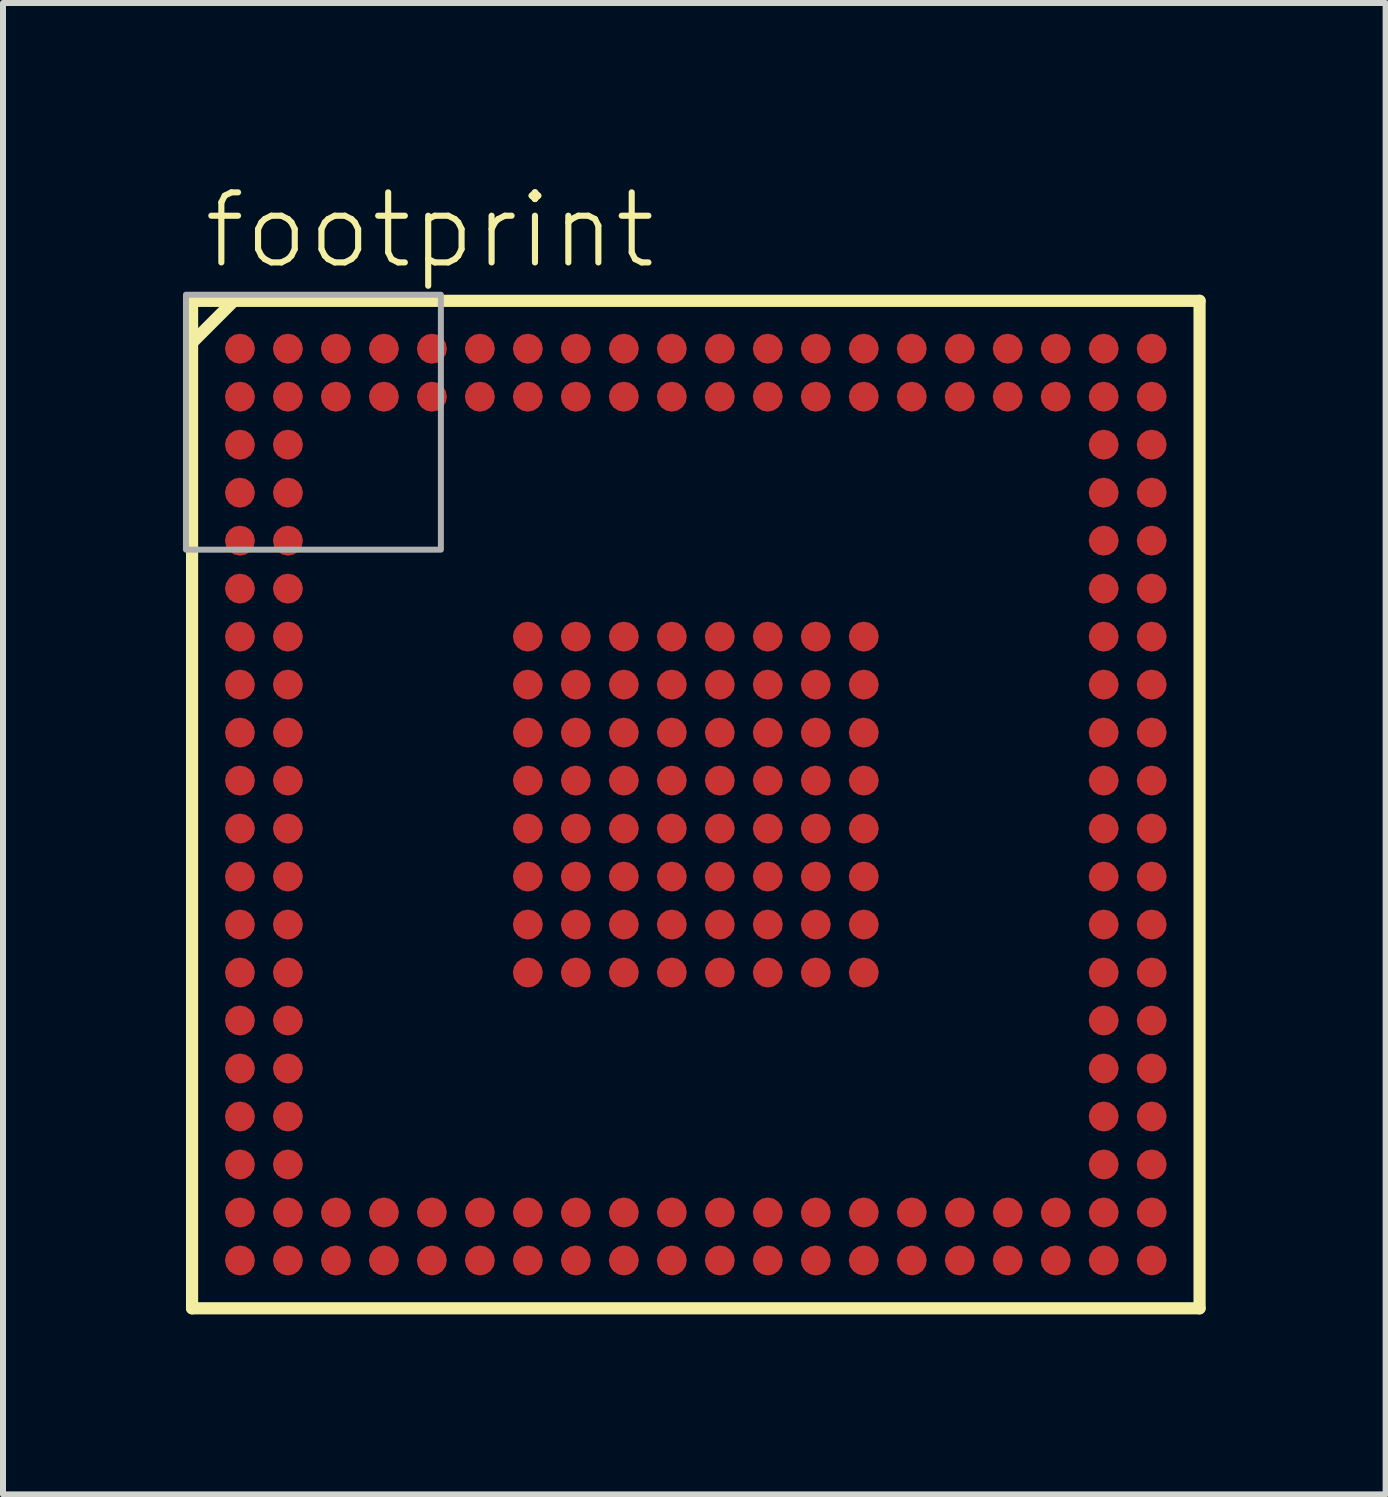
<source format=kicad_pcb>
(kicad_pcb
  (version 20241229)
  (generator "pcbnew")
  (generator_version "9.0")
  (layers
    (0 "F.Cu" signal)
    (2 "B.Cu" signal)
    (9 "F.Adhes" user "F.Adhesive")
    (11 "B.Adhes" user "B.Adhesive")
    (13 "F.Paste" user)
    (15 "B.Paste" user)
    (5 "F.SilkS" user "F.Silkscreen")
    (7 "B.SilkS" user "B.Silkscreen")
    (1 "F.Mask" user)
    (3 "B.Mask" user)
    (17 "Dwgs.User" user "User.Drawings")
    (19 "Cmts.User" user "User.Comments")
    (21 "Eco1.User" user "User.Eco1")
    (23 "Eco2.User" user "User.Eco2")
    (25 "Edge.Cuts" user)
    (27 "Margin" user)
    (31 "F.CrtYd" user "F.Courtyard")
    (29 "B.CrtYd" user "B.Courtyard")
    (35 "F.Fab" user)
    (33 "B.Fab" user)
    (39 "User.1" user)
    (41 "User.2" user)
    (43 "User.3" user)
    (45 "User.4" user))
  (footprint "footprint"
    (layer "F.Cu")
    (at 8.55 10.363)
    (property "Reference" "footprint" (at -8.255 -8.89 0) (layer "F.SilkS") (effects (font (size 1.168 1.168) (thickness 0.102)) (justify left bottom)))
    (fp_circle (center -7.6 -7.6) (end -7.475 -7.6) (stroke (width 0.25) (type solid)) (fill yes) (layer "F.Mask"))
    (fp_circle (center -7.6 -6.8) (end -7.475 -6.8) (stroke (width 0.25) (type solid)) (fill yes) (layer "F.Mask"))
    (fp_circle (center -7.6 -6) (end -7.475 -6) (stroke (width 0.25) (type solid)) (fill yes) (layer "F.Mask"))
    (fp_circle (center -7.6 -5.2) (end -7.475 -5.2) (stroke (width 0.25) (type solid)) (fill yes) (layer "F.Mask"))
    (fp_circle (center -7.6 -4.4) (end -7.475 -4.4) (stroke (width 0.25) (type solid)) (fill yes) (layer "F.Mask"))
    (fp_circle (center -7.6 -3.6) (end -7.475 -3.6) (stroke (width 0.25) (type solid)) (fill yes) (layer "F.Mask"))
    (fp_circle (center -7.6 -2.8) (end -7.475 -2.8) (stroke (width 0.25) (type solid)) (fill yes) (layer "F.Mask"))
    (fp_circle (center -7.6 -2) (end -7.475 -2) (stroke (width 0.25) (type solid)) (fill yes) (layer "F.Mask"))
    (fp_circle (center -7.6 -1.2) (end -7.475 -1.2) (stroke (width 0.25) (type solid)) (fill yes) (layer "F.Mask"))
    (fp_circle (center -7.6 -0.4) (end -7.475 -0.4) (stroke (width 0.25) (type solid)) (fill yes) (layer "F.Mask"))
    (fp_circle (center -7.6 0.4) (end -7.475 0.4) (stroke (width 0.25) (type solid)) (fill yes) (layer "F.Mask"))
    (fp_circle (center -7.6 1.2) (end -7.475 1.2) (stroke (width 0.25) (type solid)) (fill yes) (layer "F.Mask"))
    (fp_circle (center -7.6 2) (end -7.475 2) (stroke (width 0.25) (type solid)) (fill yes) (layer "F.Mask"))
    (fp_circle (center -7.6 2.8) (end -7.475 2.8) (stroke (width 0.25) (type solid)) (fill yes) (layer "F.Mask"))
    (fp_circle (center -7.6 3.6) (end -7.475 3.6) (stroke (width 0.25) (type solid)) (fill yes) (layer "F.Mask"))
    (fp_circle (center -7.6 4.4) (end -7.475 4.4) (stroke (width 0.25) (type solid)) (fill yes) (layer "F.Mask"))
    (fp_circle (center -7.6 5.2) (end -7.475 5.2) (stroke (width 0.25) (type solid)) (fill yes) (layer "F.Mask"))
    (fp_circle (center -7.6 6) (end -7.475 6) (stroke (width 0.25) (type solid)) (fill yes) (layer "F.Mask"))
    (fp_circle (center -7.6 6.8) (end -7.475 6.8) (stroke (width 0.25) (type solid)) (fill yes) (layer "F.Mask"))
    (fp_circle (center -7.6 7.6) (end -7.475 7.6) (stroke (width 0.25) (type solid)) (fill yes) (layer "F.Mask"))
    (fp_circle (center -6.8 -7.6) (end -6.675 -7.6) (stroke (width 0.25) (type solid)) (fill yes) (layer "F.Mask"))
    (fp_circle (center -6.8 -6.8) (end -6.675 -6.8) (stroke (width 0.25) (type solid)) (fill yes) (layer "F.Mask"))
    (fp_circle (center -6.8 -6) (end -6.675 -6) (stroke (width 0.25) (type solid)) (fill yes) (layer "F.Mask"))
    (fp_circle (center -6.8 -5.2) (end -6.675 -5.2) (stroke (width 0.25) (type solid)) (fill yes) (layer "F.Mask"))
    (fp_circle (center -6.8 -4.4) (end -6.675 -4.4) (stroke (width 0.25) (type solid)) (fill yes) (layer "F.Mask"))
    (fp_circle (center -6.8 -3.6) (end -6.675 -3.6) (stroke (width 0.25) (type solid)) (fill yes) (layer "F.Mask"))
    (fp_circle (center -6.8 -2.8) (end -6.675 -2.8) (stroke (width 0.25) (type solid)) (fill yes) (layer "F.Mask"))
    (fp_circle (center -6.8 -2) (end -6.675 -2) (stroke (width 0.25) (type solid)) (fill yes) (layer "F.Mask"))
    (fp_circle (center -6.8 -1.2) (end -6.675 -1.2) (stroke (width 0.25) (type solid)) (fill yes) (layer "F.Mask"))
    (fp_circle (center -6.8 -0.4) (end -6.675 -0.4) (stroke (width 0.25) (type solid)) (fill yes) (layer "F.Mask"))
    (fp_circle (center -6.8 0.4) (end -6.675 0.4) (stroke (width 0.25) (type solid)) (fill yes) (layer "F.Mask"))
    (fp_circle (center -6.8 1.2) (end -6.675 1.2) (stroke (width 0.25) (type solid)) (fill yes) (layer "F.Mask"))
    (fp_circle (center -6.8 2) (end -6.675 2) (stroke (width 0.25) (type solid)) (fill yes) (layer "F.Mask"))
    (fp_circle (center -6.8 2.8) (end -6.675 2.8) (stroke (width 0.25) (type solid)) (fill yes) (layer "F.Mask"))
    (fp_circle (center -6.8 3.6) (end -6.675 3.6) (stroke (width 0.25) (type solid)) (fill yes) (layer "F.Mask"))
    (fp_circle (center -6.8 4.4) (end -6.675 4.4) (stroke (width 0.25) (type solid)) (fill yes) (layer "F.Mask"))
    (fp_circle (center -6.8 5.2) (end -6.675 5.2) (stroke (width 0.25) (type solid)) (fill yes) (layer "F.Mask"))
    (fp_circle (center -6.8 6) (end -6.675 6) (stroke (width 0.25) (type solid)) (fill yes) (layer "F.Mask"))
    (fp_circle (center -6.8 6.8) (end -6.675 6.8) (stroke (width 0.25) (type solid)) (fill yes) (layer "F.Mask"))
    (fp_circle (center -6.8 7.6) (end -6.675 7.6) (stroke (width 0.25) (type solid)) (fill yes) (layer "F.Mask"))
    (fp_circle (center -6 -7.6) (end -5.875 -7.6) (stroke (width 0.25) (type solid)) (fill yes) (layer "F.Mask"))
    (fp_circle (center -6 -6.8) (end -5.875 -6.8) (stroke (width 0.25) (type solid)) (fill yes) (layer "F.Mask"))
    (fp_circle (center -6 6.8) (end -5.875 6.8) (stroke (width 0.25) (type solid)) (fill yes) (layer "F.Mask"))
    (fp_circle (center -6 7.6) (end -5.875 7.6) (stroke (width 0.25) (type solid)) (fill yes) (layer "F.Mask"))
    (fp_circle (center -5.2 -7.6) (end -5.075 -7.6) (stroke (width 0.25) (type solid)) (fill yes) (layer "F.Mask"))
    (fp_circle (center -5.2 -6.8) (end -5.075 -6.8) (stroke (width 0.25) (type solid)) (fill yes) (layer "F.Mask"))
    (fp_circle (center -5.2 6.8) (end -5.075 6.8) (stroke (width 0.25) (type solid)) (fill yes) (layer "F.Mask"))
    (fp_circle (center -5.2 7.6) (end -5.075 7.6) (stroke (width 0.25) (type solid)) (fill yes) (layer "F.Mask"))
    (fp_circle (center -4.4 -7.6) (end -4.275 -7.6) (stroke (width 0.25) (type solid)) (fill yes) (layer "F.Mask"))
    (fp_circle (center -4.4 -6.8) (end -4.275 -6.8) (stroke (width 0.25) (type solid)) (fill yes) (layer "F.Mask"))
    (fp_circle (center -4.4 6.8) (end -4.275 6.8) (stroke (width 0.25) (type solid)) (fill yes) (layer "F.Mask"))
    (fp_circle (center -4.4 7.6) (end -4.275 7.6) (stroke (width 0.25) (type solid)) (fill yes) (layer "F.Mask"))
    (fp_circle (center -3.6 -7.6) (end -3.475 -7.6) (stroke (width 0.25) (type solid)) (fill yes) (layer "F.Mask"))
    (fp_circle (center -3.6 -6.8) (end -3.475 -6.8) (stroke (width 0.25) (type solid)) (fill yes) (layer "F.Mask"))
    (fp_circle (center -3.6 6.8) (end -3.475 6.8) (stroke (width 0.25) (type solid)) (fill yes) (layer "F.Mask"))
    (fp_circle (center -3.6 7.6) (end -3.475 7.6) (stroke (width 0.25) (type solid)) (fill yes) (layer "F.Mask"))
    (fp_circle (center -2.8 -7.6) (end -2.675 -7.6) (stroke (width 0.25) (type solid)) (fill yes) (layer "F.Mask"))
    (fp_circle (center -2.8 -6.8) (end -2.675 -6.8) (stroke (width 0.25) (type solid)) (fill yes) (layer "F.Mask"))
    (fp_circle (center -2.8 -2.8) (end -2.675 -2.8) (stroke (width 0.25) (type solid)) (fill yes) (layer "F.Mask"))
    (fp_circle (center -2.8 -2) (end -2.675 -2) (stroke (width 0.25) (type solid)) (fill yes) (layer "F.Mask"))
    (fp_circle (center -2.8 -1.2) (end -2.675 -1.2) (stroke (width 0.25) (type solid)) (fill yes) (layer "F.Mask"))
    (fp_circle (center -2.8 -0.4) (end -2.675 -0.4) (stroke (width 0.25) (type solid)) (fill yes) (layer "F.Mask"))
    (fp_circle (center -2.8 0.4) (end -2.675 0.4) (stroke (width 0.25) (type solid)) (fill yes) (layer "F.Mask"))
    (fp_circle (center -2.8 1.2) (end -2.675 1.2) (stroke (width 0.25) (type solid)) (fill yes) (layer "F.Mask"))
    (fp_circle (center -2.8 2) (end -2.675 2) (stroke (width 0.25) (type solid)) (fill yes) (layer "F.Mask"))
    (fp_circle (center -2.8 2.8) (end -2.675 2.8) (stroke (width 0.25) (type solid)) (fill yes) (layer "F.Mask"))
    (fp_circle (center -2.8 6.8) (end -2.675 6.8) (stroke (width 0.25) (type solid)) (fill yes) (layer "F.Mask"))
    (fp_circle (center -2.8 7.6) (end -2.675 7.6) (stroke (width 0.25) (type solid)) (fill yes) (layer "F.Mask"))
    (fp_circle (center -2 -7.6) (end -1.875 -7.6) (stroke (width 0.25) (type solid)) (fill yes) (layer "F.Mask"))
    (fp_circle (center -2 -6.8) (end -1.875 -6.8) (stroke (width 0.25) (type solid)) (fill yes) (layer "F.Mask"))
    (fp_circle (center -2 -2.8) (end -1.875 -2.8) (stroke (width 0.25) (type solid)) (fill yes) (layer "F.Mask"))
    (fp_circle (center -2 -2) (end -1.875 -2) (stroke (width 0.25) (type solid)) (fill yes) (layer "F.Mask"))
    (fp_circle (center -2 -1.2) (end -1.875 -1.2) (stroke (width 0.25) (type solid)) (fill yes) (layer "F.Mask"))
    (fp_circle (center -2 -0.4) (end -1.875 -0.4) (stroke (width 0.25) (type solid)) (fill yes) (layer "F.Mask"))
    (fp_circle (center -2 0.4) (end -1.875 0.4) (stroke (width 0.25) (type solid)) (fill yes) (layer "F.Mask"))
    (fp_circle (center -2 1.2) (end -1.875 1.2) (stroke (width 0.25) (type solid)) (fill yes) (layer "F.Mask"))
    (fp_circle (center -2 2) (end -1.875 2) (stroke (width 0.25) (type solid)) (fill yes) (layer "F.Mask"))
    (fp_circle (center -2 2.8) (end -1.875 2.8) (stroke (width 0.25) (type solid)) (fill yes) (layer "F.Mask"))
    (fp_circle (center -2 6.8) (end -1.875 6.8) (stroke (width 0.25) (type solid)) (fill yes) (layer "F.Mask"))
    (fp_circle (center -2 7.6) (end -1.875 7.6) (stroke (width 0.25) (type solid)) (fill yes) (layer "F.Mask"))
    (fp_circle (center -1.2 -7.6) (end -1.075 -7.6) (stroke (width 0.25) (type solid)) (fill yes) (layer "F.Mask"))
    (fp_circle (center -1.2 -6.8) (end -1.075 -6.8) (stroke (width 0.25) (type solid)) (fill yes) (layer "F.Mask"))
    (fp_circle (center -1.2 -2.8) (end -1.075 -2.8) (stroke (width 0.25) (type solid)) (fill yes) (layer "F.Mask"))
    (fp_circle (center -1.2 -2) (end -1.075 -2) (stroke (width 0.25) (type solid)) (fill yes) (layer "F.Mask"))
    (fp_circle (center -1.2 -1.2) (end -1.075 -1.2) (stroke (width 0.25) (type solid)) (fill yes) (layer "F.Mask"))
    (fp_circle (center -1.2 -0.4) (end -1.075 -0.4) (stroke (width 0.25) (type solid)) (fill yes) (layer "F.Mask"))
    (fp_circle (center -1.2 0.4) (end -1.075 0.4) (stroke (width 0.25) (type solid)) (fill yes) (layer "F.Mask"))
    (fp_circle (center -1.2 1.2) (end -1.075 1.2) (stroke (width 0.25) (type solid)) (fill yes) (layer "F.Mask"))
    (fp_circle (center -1.2 2) (end -1.075 2) (stroke (width 0.25) (type solid)) (fill yes) (layer "F.Mask"))
    (fp_circle (center -1.2 2.8) (end -1.075 2.8) (stroke (width 0.25) (type solid)) (fill yes) (layer "F.Mask"))
    (fp_circle (center -1.2 6.8) (end -1.075 6.8) (stroke (width 0.25) (type solid)) (fill yes) (layer "F.Mask"))
    (fp_circle (center -1.2 7.6) (end -1.075 7.6) (stroke (width 0.25) (type solid)) (fill yes) (layer "F.Mask"))
    (fp_circle (center -0.4 -7.6) (end -0.275 -7.6) (stroke (width 0.25) (type solid)) (fill yes) (layer "F.Mask"))
    (fp_circle (center -0.4 -6.8) (end -0.275 -6.8) (stroke (width 0.25) (type solid)) (fill yes) (layer "F.Mask"))
    (fp_circle (center -0.4 -2.8) (end -0.275 -2.8) (stroke (width 0.25) (type solid)) (fill yes) (layer "F.Mask"))
    (fp_circle (center -0.4 -2) (end -0.275 -2) (stroke (width 0.25) (type solid)) (fill yes) (layer "F.Mask"))
    (fp_circle (center -0.4 -1.2) (end -0.275 -1.2) (stroke (width 0.25) (type solid)) (fill yes) (layer "F.Mask"))
    (fp_circle (center -0.4 -0.4) (end -0.275 -0.4) (stroke (width 0.25) (type solid)) (fill yes) (layer "F.Mask"))
    (fp_circle (center -0.4 0.4) (end -0.275 0.4) (stroke (width 0.25) (type solid)) (fill yes) (layer "F.Mask"))
    (fp_circle (center -0.4 1.2) (end -0.275 1.2) (stroke (width 0.25) (type solid)) (fill yes) (layer "F.Mask"))
    (fp_circle (center -0.4 2) (end -0.275 2) (stroke (width 0.25) (type solid)) (fill yes) (layer "F.Mask"))
    (fp_circle (center -0.4 2.8) (end -0.275 2.8) (stroke (width 0.25) (type solid)) (fill yes) (layer "F.Mask"))
    (fp_circle (center -0.4 6.8) (end -0.275 6.8) (stroke (width 0.25) (type solid)) (fill yes) (layer "F.Mask"))
    (fp_circle (center -0.4 7.6) (end -0.275 7.6) (stroke (width 0.25) (type solid)) (fill yes) (layer "F.Mask"))
    (fp_circle (center 0.4 -7.6) (end 0.525 -7.6) (stroke (width 0.25) (type solid)) (fill yes) (layer "F.Mask"))
    (fp_circle (center 0.4 -6.8) (end 0.525 -6.8) (stroke (width 0.25) (type solid)) (fill yes) (layer "F.Mask"))
    (fp_circle (center 0.4 -2.8) (end 0.525 -2.8) (stroke (width 0.25) (type solid)) (fill yes) (layer "F.Mask"))
    (fp_circle (center 0.4 -2) (end 0.525 -2) (stroke (width 0.25) (type solid)) (fill yes) (layer "F.Mask"))
    (fp_circle (center 0.4 -1.2) (end 0.525 -1.2) (stroke (width 0.25) (type solid)) (fill yes) (layer "F.Mask"))
    (fp_circle (center 0.4 -0.4) (end 0.525 -0.4) (stroke (width 0.25) (type solid)) (fill yes) (layer "F.Mask"))
    (fp_circle (center 0.4 0.4) (end 0.525 0.4) (stroke (width 0.25) (type solid)) (fill yes) (layer "F.Mask"))
    (fp_circle (center 0.4 1.2) (end 0.525 1.2) (stroke (width 0.25) (type solid)) (fill yes) (layer "F.Mask"))
    (fp_circle (center 0.4 2) (end 0.525 2) (stroke (width 0.25) (type solid)) (fill yes) (layer "F.Mask"))
    (fp_circle (center 0.4 2.8) (end 0.525 2.8) (stroke (width 0.25) (type solid)) (fill yes) (layer "F.Mask"))
    (fp_circle (center 0.4 6.8) (end 0.525 6.8) (stroke (width 0.25) (type solid)) (fill yes) (layer "F.Mask"))
    (fp_circle (center 0.4 7.6) (end 0.525 7.6) (stroke (width 0.25) (type solid)) (fill yes) (layer "F.Mask"))
    (fp_circle (center 1.2 -7.6) (end 1.325 -7.6) (stroke (width 0.25) (type solid)) (fill yes) (layer "F.Mask"))
    (fp_circle (center 1.2 -6.8) (end 1.325 -6.8) (stroke (width 0.25) (type solid)) (fill yes) (layer "F.Mask"))
    (fp_circle (center 1.2 -2.8) (end 1.325 -2.8) (stroke (width 0.25) (type solid)) (fill yes) (layer "F.Mask"))
    (fp_circle (center 1.2 -2) (end 1.325 -2) (stroke (width 0.25) (type solid)) (fill yes) (layer "F.Mask"))
    (fp_circle (center 1.2 -1.2) (end 1.325 -1.2) (stroke (width 0.25) (type solid)) (fill yes) (layer "F.Mask"))
    (fp_circle (center 1.2 -0.4) (end 1.325 -0.4) (stroke (width 0.25) (type solid)) (fill yes) (layer "F.Mask"))
    (fp_circle (center 1.2 0.4) (end 1.325 0.4) (stroke (width 0.25) (type solid)) (fill yes) (layer "F.Mask"))
    (fp_circle (center 1.2 1.2) (end 1.325 1.2) (stroke (width 0.25) (type solid)) (fill yes) (layer "F.Mask"))
    (fp_circle (center 1.2 2) (end 1.325 2) (stroke (width 0.25) (type solid)) (fill yes) (layer "F.Mask"))
    (fp_circle (center 1.2 2.8) (end 1.325 2.8) (stroke (width 0.25) (type solid)) (fill yes) (layer "F.Mask"))
    (fp_circle (center 1.2 6.8) (end 1.325 6.8) (stroke (width 0.25) (type solid)) (fill yes) (layer "F.Mask"))
    (fp_circle (center 1.2 7.6) (end 1.325 7.6) (stroke (width 0.25) (type solid)) (fill yes) (layer "F.Mask"))
    (fp_circle (center 2 -7.6) (end 2.125 -7.6) (stroke (width 0.25) (type solid)) (fill yes) (layer "F.Mask"))
    (fp_circle (center 2 -6.8) (end 2.125 -6.8) (stroke (width 0.25) (type solid)) (fill yes) (layer "F.Mask"))
    (fp_circle (center 2 -2.8) (end 2.125 -2.8) (stroke (width 0.25) (type solid)) (fill yes) (layer "F.Mask"))
    (fp_circle (center 2 -2) (end 2.125 -2) (stroke (width 0.25) (type solid)) (fill yes) (layer "F.Mask"))
    (fp_circle (center 2 -1.2) (end 2.125 -1.2) (stroke (width 0.25) (type solid)) (fill yes) (layer "F.Mask"))
    (fp_circle (center 2 -0.4) (end 2.125 -0.4) (stroke (width 0.25) (type solid)) (fill yes) (layer "F.Mask"))
    (fp_circle (center 2 0.4) (end 2.125 0.4) (stroke (width 0.25) (type solid)) (fill yes) (layer "F.Mask"))
    (fp_circle (center 2 1.2) (end 2.125 1.2) (stroke (width 0.25) (type solid)) (fill yes) (layer "F.Mask"))
    (fp_circle (center 2 2) (end 2.125 2) (stroke (width 0.25) (type solid)) (fill yes) (layer "F.Mask"))
    (fp_circle (center 2 2.8) (end 2.125 2.8) (stroke (width 0.25) (type solid)) (fill yes) (layer "F.Mask"))
    (fp_circle (center 2 6.8) (end 2.125 6.8) (stroke (width 0.25) (type solid)) (fill yes) (layer "F.Mask"))
    (fp_circle (center 2 7.6) (end 2.125 7.6) (stroke (width 0.25) (type solid)) (fill yes) (layer "F.Mask"))
    (fp_circle (center 2.8 -7.6) (end 2.925 -7.6) (stroke (width 0.25) (type solid)) (fill yes) (layer "F.Mask"))
    (fp_circle (center 2.8 -6.8) (end 2.925 -6.8) (stroke (width 0.25) (type solid)) (fill yes) (layer "F.Mask"))
    (fp_circle (center 2.8 -2.8) (end 2.925 -2.8) (stroke (width 0.25) (type solid)) (fill yes) (layer "F.Mask"))
    (fp_circle (center 2.8 -2) (end 2.925 -2) (stroke (width 0.25) (type solid)) (fill yes) (layer "F.Mask"))
    (fp_circle (center 2.8 -1.2) (end 2.925 -1.2) (stroke (width 0.25) (type solid)) (fill yes) (layer "F.Mask"))
    (fp_circle (center 2.8 -0.4) (end 2.925 -0.4) (stroke (width 0.25) (type solid)) (fill yes) (layer "F.Mask"))
    (fp_circle (center 2.8 0.4) (end 2.925 0.4) (stroke (width 0.25) (type solid)) (fill yes) (layer "F.Mask"))
    (fp_circle (center 2.8 1.2) (end 2.925 1.2) (stroke (width 0.25) (type solid)) (fill yes) (layer "F.Mask"))
    (fp_circle (center 2.8 2) (end 2.925 2) (stroke (width 0.25) (type solid)) (fill yes) (layer "F.Mask"))
    (fp_circle (center 2.8 2.8) (end 2.925 2.8) (stroke (width 0.25) (type solid)) (fill yes) (layer "F.Mask"))
    (fp_circle (center 2.8 6.8) (end 2.925 6.8) (stroke (width 0.25) (type solid)) (fill yes) (layer "F.Mask"))
    (fp_circle (center 2.8 7.6) (end 2.925 7.6) (stroke (width 0.25) (type solid)) (fill yes) (layer "F.Mask"))
    (fp_circle (center 3.6 -7.6) (end 3.725 -7.6) (stroke (width 0.25) (type solid)) (fill yes) (layer "F.Mask"))
    (fp_circle (center 3.6 -6.8) (end 3.725 -6.8) (stroke (width 0.25) (type solid)) (fill yes) (layer "F.Mask"))
    (fp_circle (center 3.6 6.8) (end 3.725 6.8) (stroke (width 0.25) (type solid)) (fill yes) (layer "F.Mask"))
    (fp_circle (center 3.6 7.6) (end 3.725 7.6) (stroke (width 0.25) (type solid)) (fill yes) (layer "F.Mask"))
    (fp_circle (center 4.4 -7.6) (end 4.525 -7.6) (stroke (width 0.25) (type solid)) (fill yes) (layer "F.Mask"))
    (fp_circle (center 4.4 -6.8) (end 4.525 -6.8) (stroke (width 0.25) (type solid)) (fill yes) (layer "F.Mask"))
    (fp_circle (center 4.4 6.8) (end 4.525 6.8) (stroke (width 0.25) (type solid)) (fill yes) (layer "F.Mask"))
    (fp_circle (center 4.4 7.6) (end 4.525 7.6) (stroke (width 0.25) (type solid)) (fill yes) (layer "F.Mask"))
    (fp_circle (center 5.2 -7.6) (end 5.325 -7.6) (stroke (width 0.25) (type solid)) (fill yes) (layer "F.Mask"))
    (fp_circle (center 5.2 -6.8) (end 5.325 -6.8) (stroke (width 0.25) (type solid)) (fill yes) (layer "F.Mask"))
    (fp_circle (center 5.2 6.8) (end 5.325 6.8) (stroke (width 0.25) (type solid)) (fill yes) (layer "F.Mask"))
    (fp_circle (center 5.2 7.6) (end 5.325 7.6) (stroke (width 0.25) (type solid)) (fill yes) (layer "F.Mask"))
    (fp_circle (center 6 -7.6) (end 6.125 -7.6) (stroke (width 0.25) (type solid)) (fill yes) (layer "F.Mask"))
    (fp_circle (center 6 -6.8) (end 6.125 -6.8) (stroke (width 0.25) (type solid)) (fill yes) (layer "F.Mask"))
    (fp_circle (center 6 6.8) (end 6.125 6.8) (stroke (width 0.25) (type solid)) (fill yes) (layer "F.Mask"))
    (fp_circle (center 6 7.6) (end 6.125 7.6) (stroke (width 0.25) (type solid)) (fill yes) (layer "F.Mask"))
    (fp_circle (center 6.8 -7.6) (end 6.925 -7.6) (stroke (width 0.25) (type solid)) (fill yes) (layer "F.Mask"))
    (fp_circle (center 6.8 -6.8) (end 6.925 -6.8) (stroke (width 0.25) (type solid)) (fill yes) (layer "F.Mask"))
    (fp_circle (center 6.8 -6) (end 6.925 -6) (stroke (width 0.25) (type solid)) (fill yes) (layer "F.Mask"))
    (fp_circle (center 6.8 -5.2) (end 6.925 -5.2) (stroke (width 0.25) (type solid)) (fill yes) (layer "F.Mask"))
    (fp_circle (center 6.8 -4.4) (end 6.925 -4.4) (stroke (width 0.25) (type solid)) (fill yes) (layer "F.Mask"))
    (fp_circle (center 6.8 -3.6) (end 6.925 -3.6) (stroke (width 0.25) (type solid)) (fill yes) (layer "F.Mask"))
    (fp_circle (center 6.8 -2.8) (end 6.925 -2.8) (stroke (width 0.25) (type solid)) (fill yes) (layer "F.Mask"))
    (fp_circle (center 6.8 -2) (end 6.925 -2) (stroke (width 0.25) (type solid)) (fill yes) (layer "F.Mask"))
    (fp_circle (center 6.8 -1.2) (end 6.925 -1.2) (stroke (width 0.25) (type solid)) (fill yes) (layer "F.Mask"))
    (fp_circle (center 6.8 -0.4) (end 6.925 -0.4) (stroke (width 0.25) (type solid)) (fill yes) (layer "F.Mask"))
    (fp_circle (center 6.8 0.4) (end 6.925 0.4) (stroke (width 0.25) (type solid)) (fill yes) (layer "F.Mask"))
    (fp_circle (center 6.8 1.2) (end 6.925 1.2) (stroke (width 0.25) (type solid)) (fill yes) (layer "F.Mask"))
    (fp_circle (center 6.8 2) (end 6.925 2) (stroke (width 0.25) (type solid)) (fill yes) (layer "F.Mask"))
    (fp_circle (center 6.8 2.8) (end 6.925 2.8) (stroke (width 0.25) (type solid)) (fill yes) (layer "F.Mask"))
    (fp_circle (center 6.8 3.6) (end 6.925 3.6) (stroke (width 0.25) (type solid)) (fill yes) (layer "F.Mask"))
    (fp_circle (center 6.8 4.4) (end 6.925 4.4) (stroke (width 0.25) (type solid)) (fill yes) (layer "F.Mask"))
    (fp_circle (center 6.8 5.2) (end 6.925 5.2) (stroke (width 0.25) (type solid)) (fill yes) (layer "F.Mask"))
    (fp_circle (center 6.8 6) (end 6.925 6) (stroke (width 0.25) (type solid)) (fill yes) (layer "F.Mask"))
    (fp_circle (center 6.8 6.8) (end 6.925 6.8) (stroke (width 0.25) (type solid)) (fill yes) (layer "F.Mask"))
    (fp_circle (center 6.8 7.6) (end 6.925 7.6) (stroke (width 0.25) (type solid)) (fill yes) (layer "F.Mask"))
    (fp_circle (center 7.6 -7.6) (end 7.725 -7.6) (stroke (width 0.25) (type solid)) (fill yes) (layer "F.Mask"))
    (fp_circle (center 7.6 -6.8) (end 7.725 -6.8) (stroke (width 0.25) (type solid)) (fill yes) (layer "F.Mask"))
    (fp_circle (center 7.6 -6) (end 7.725 -6) (stroke (width 0.25) (type solid)) (fill yes) (layer "F.Mask"))
    (fp_circle (center 7.6 -5.2) (end 7.725 -5.2) (stroke (width 0.25) (type solid)) (fill yes) (layer "F.Mask"))
    (fp_circle (center 7.6 -4.4) (end 7.725 -4.4) (stroke (width 0.25) (type solid)) (fill yes) (layer "F.Mask"))
    (fp_circle (center 7.6 -3.6) (end 7.725 -3.6) (stroke (width 0.25) (type solid)) (fill yes) (layer "F.Mask"))
    (fp_circle (center 7.6 -2.8) (end 7.725 -2.8) (stroke (width 0.25) (type solid)) (fill yes) (layer "F.Mask"))
    (fp_circle (center 7.6 -2) (end 7.725 -2) (stroke (width 0.25) (type solid)) (fill yes) (layer "F.Mask"))
    (fp_circle (center 7.6 -1.2) (end 7.725 -1.2) (stroke (width 0.25) (type solid)) (fill yes) (layer "F.Mask"))
    (fp_circle (center 7.6 -0.4) (end 7.725 -0.4) (stroke (width 0.25) (type solid)) (fill yes) (layer "F.Mask"))
    (fp_circle (center 7.6 0.4) (end 7.725 0.4) (stroke (width 0.25) (type solid)) (fill yes) (layer "F.Mask"))
    (fp_circle (center 7.6 1.2) (end 7.725 1.2) (stroke (width 0.25) (type solid)) (fill yes) (layer "F.Mask"))
    (fp_circle (center 7.6 2) (end 7.725 2) (stroke (width 0.25) (type solid)) (fill yes) (layer "F.Mask"))
    (fp_circle (center 7.6 2.8) (end 7.725 2.8) (stroke (width 0.25) (type solid)) (fill yes) (layer "F.Mask"))
    (fp_circle (center 7.6 3.6) (end 7.725 3.6) (stroke (width 0.25) (type solid)) (fill yes) (layer "F.Mask"))
    (fp_circle (center 7.6 4.4) (end 7.725 4.4) (stroke (width 0.25) (type solid)) (fill yes) (layer "F.Mask"))
    (fp_circle (center 7.6 5.2) (end 7.725 5.2) (stroke (width 0.25) (type solid)) (fill yes) (layer "F.Mask"))
    (fp_circle (center 7.6 6) (end 7.725 6) (stroke (width 0.25) (type solid)) (fill yes) (layer "F.Mask"))
    (fp_circle (center 7.6 6.8) (end 7.725 6.8) (stroke (width 0.25) (type solid)) (fill yes) (layer "F.Mask"))
    (fp_circle (center 7.6 7.6) (end 7.725 7.6) (stroke (width 0.25) (type solid)) (fill yes) (layer "F.Mask"))
    (fp_line (start -8.398 -8.398) (end -8.398 -7.7) (stroke (width 0.203) (type solid)) (layer "F.SilkS"))
    (fp_line (start -8.398 -7.7) (end -8.398 8.398) (stroke (width 0.203) (type solid)) (layer "F.SilkS"))
    (fp_line (start -8.398 -7.7) (end -7.7 -8.398) (stroke (width 0.203) (type solid)) (layer "F.SilkS"))
    (fp_line (start -8.398 8.398) (end 8.398 8.398) (stroke (width 0.203) (type solid)) (layer "F.SilkS"))
    (fp_line (start -7.7 -8.398) (end -8.398 -8.398) (stroke (width 0.203) (type solid)) (layer "F.SilkS"))
    (fp_line (start 8.398 -8.398) (end -7.7 -8.398) (stroke (width 0.203) (type solid)) (layer "F.SilkS"))
    (fp_line (start 8.398 8.398) (end 8.398 -8.398) (stroke (width 0.203) (type solid)) (layer "F.SilkS"))
    (fp_poly (pts (xy -8.5 -4.25) (xy -4.25 -4.25) (xy -4.25 -8.5) (xy -8.5 -8.5)) (stroke (width 0.1) (type solid)) (fill no) (layer "F.Fab"))
    (pad "A1" smd roundrect (at -7.6 -7.6) (size 0.5 0.5) (layers "F.Cu") (roundrect_rratio 0.5))
    (pad "A2" smd roundrect (at -6.8 -7.6) (size 0.5 0.5) (layers "F.Cu") (roundrect_rratio 0.5))
    (pad "A3" smd roundrect (at -6 -7.6) (size 0.5 0.5) (layers "F.Cu") (roundrect_rratio 0.5))
    (pad "A4" smd roundrect (at -5.2 -7.6) (size 0.5 0.5) (layers "F.Cu") (roundrect_rratio 0.5))
    (pad "A5" smd roundrect (at -4.4 -7.6) (size 0.5 0.5) (layers "F.Cu") (roundrect_rratio 0.5))
    (pad "A6" smd roundrect (at -3.6 -7.6) (size 0.5 0.5) (layers "F.Cu") (roundrect_rratio 0.5))
    (pad "A7" smd roundrect (at -2.8 -7.6) (size 0.5 0.5) (layers "F.Cu") (roundrect_rratio 0.5))
    (pad "A8" smd roundrect (at -2 -7.6) (size 0.5 0.5) (layers "F.Cu") (roundrect_rratio 0.5))
    (pad "A9" smd roundrect (at -1.2 -7.6) (size 0.5 0.5) (layers "F.Cu") (roundrect_rratio 0.5))
    (pad "A10" smd roundrect (at -0.4 -7.6) (size 0.5 0.5) (layers "F.Cu") (roundrect_rratio 0.5))
    (pad "A11" smd roundrect (at 0.4 -7.6) (size 0.5 0.5) (layers "F.Cu") (roundrect_rratio 0.5))
    (pad "A12" smd roundrect (at 1.2 -7.6) (size 0.5 0.5) (layers "F.Cu") (roundrect_rratio 0.5))
    (pad "A13" smd roundrect (at 2 -7.6) (size 0.5 0.5) (layers "F.Cu") (roundrect_rratio 0.5))
    (pad "A14" smd roundrect (at 2.8 -7.6) (size 0.5 0.5) (layers "F.Cu") (roundrect_rratio 0.5))
    (pad "A15" smd roundrect (at 3.6 -7.6) (size 0.5 0.5) (layers "F.Cu") (roundrect_rratio 0.5))
    (pad "A16" smd roundrect (at 4.4 -7.6) (size 0.5 0.5) (layers "F.Cu") (roundrect_rratio 0.5))
    (pad "A17" smd roundrect (at 5.2 -7.6) (size 0.5 0.5) (layers "F.Cu") (roundrect_rratio 0.5))
    (pad "A18" smd roundrect (at 6 -7.6) (size 0.5 0.5) (layers "F.Cu") (roundrect_rratio 0.5))
    (pad "A19" smd roundrect (at 6.8 -7.6) (size 0.5 0.5) (layers "F.Cu") (roundrect_rratio 0.5))
    (pad "A20" smd roundrect (at 7.6 -7.6) (size 0.5 0.5) (layers "F.Cu") (roundrect_rratio 0.5))
    (pad "B1" smd roundrect (at -7.6 -6.8) (size 0.5 0.5) (layers "F.Cu") (roundrect_rratio 0.5))
    (pad "B2" smd roundrect (at -6.8 -6.8) (size 0.5 0.5) (layers "F.Cu") (roundrect_rratio 0.5))
    (pad "B3" smd roundrect (at -6 -6.8) (size 0.5 0.5) (layers "F.Cu") (roundrect_rratio 0.5))
    (pad "B4" smd roundrect (at -5.2 -6.8) (size 0.5 0.5) (layers "F.Cu") (roundrect_rratio 0.5))
    (pad "B5" smd roundrect (at -4.4 -6.8) (size 0.5 0.5) (layers "F.Cu") (roundrect_rratio 0.5))
    (pad "B6" smd roundrect (at -3.6 -6.8) (size 0.5 0.5) (layers "F.Cu") (roundrect_rratio 0.5))
    (pad "B7" smd roundrect (at -2.8 -6.8) (size 0.5 0.5) (layers "F.Cu") (roundrect_rratio 0.5))
    (pad "B8" smd roundrect (at -2 -6.8) (size 0.5 0.5) (layers "F.Cu") (roundrect_rratio 0.5))
    (pad "B9" smd roundrect (at -1.2 -6.8) (size 0.5 0.5) (layers "F.Cu") (roundrect_rratio 0.5))
    (pad "B10" smd roundrect (at -0.4 -6.8) (size 0.5 0.5) (layers "F.Cu") (roundrect_rratio 0.5))
    (pad "B11" smd roundrect (at 0.4 -6.8) (size 0.5 0.5) (layers "F.Cu") (roundrect_rratio 0.5))
    (pad "B12" smd roundrect (at 1.2 -6.8) (size 0.5 0.5) (layers "F.Cu") (roundrect_rratio 0.5))
    (pad "B13" smd roundrect (at 2 -6.8) (size 0.5 0.5) (layers "F.Cu") (roundrect_rratio 0.5))
    (pad "B14" smd roundrect (at 2.8 -6.8) (size 0.5 0.5) (layers "F.Cu") (roundrect_rratio 0.5))
    (pad "B15" smd roundrect (at 3.6 -6.8) (size 0.5 0.5) (layers "F.Cu") (roundrect_rratio 0.5))
    (pad "B16" smd roundrect (at 4.4 -6.8) (size 0.5 0.5) (layers "F.Cu") (roundrect_rratio 0.5))
    (pad "B17" smd roundrect (at 5.2 -6.8) (size 0.5 0.5) (layers "F.Cu") (roundrect_rratio 0.5))
    (pad "B18" smd roundrect (at 6 -6.8) (size 0.5 0.5) (layers "F.Cu") (roundrect_rratio 0.5))
    (pad "B19" smd roundrect (at 6.8 -6.8) (size 0.5 0.5) (layers "F.Cu") (roundrect_rratio 0.5))
    (pad "B20" smd roundrect (at 7.6 -6.8) (size 0.5 0.5) (layers "F.Cu") (roundrect_rratio 0.5))
    (pad "C1" smd roundrect (at -7.6 -6) (size 0.5 0.5) (layers "F.Cu") (roundrect_rratio 0.5))
    (pad "C2" smd roundrect (at -6.8 -6) (size 0.5 0.5) (layers "F.Cu") (roundrect_rratio 0.5))
    (pad "C19" smd roundrect (at 6.8 -6) (size 0.5 0.5) (layers "F.Cu") (roundrect_rratio 0.5))
    (pad "C20" smd roundrect (at 7.6 -6) (size 0.5 0.5) (layers "F.Cu") (roundrect_rratio 0.5))
    (pad "D1" smd roundrect (at -7.6 -5.2) (size 0.5 0.5) (layers "F.Cu") (roundrect_rratio 0.5))
    (pad "D2" smd roundrect (at -6.8 -5.2) (size 0.5 0.5) (layers "F.Cu") (roundrect_rratio 0.5))
    (pad "D19" smd roundrect (at 6.8 -5.2) (size 0.5 0.5) (layers "F.Cu") (roundrect_rratio 0.5))
    (pad "D20" smd roundrect (at 7.6 -5.2) (size 0.5 0.5) (layers "F.Cu") (roundrect_rratio 0.5))
    (pad "E1" smd roundrect (at -7.6 -4.4) (size 0.5 0.5) (layers "F.Cu") (roundrect_rratio 0.5))
    (pad "E2" smd roundrect (at -6.8 -4.4) (size 0.5 0.5) (layers "F.Cu") (roundrect_rratio 0.5))
    (pad "E19" smd roundrect (at 6.8 -4.4) (size 0.5 0.5) (layers "F.Cu") (roundrect_rratio 0.5))
    (pad "E20" smd roundrect (at 7.6 -4.4) (size 0.5 0.5) (layers "F.Cu") (roundrect_rratio 0.5))
    (pad "F1" smd roundrect (at -7.6 -3.6) (size 0.5 0.5) (layers "F.Cu") (roundrect_rratio 0.5))
    (pad "F2" smd roundrect (at -6.8 -3.6) (size 0.5 0.5) (layers "F.Cu") (roundrect_rratio 0.5))
    (pad "F19" smd roundrect (at 6.8 -3.6) (size 0.5 0.5) (layers "F.Cu") (roundrect_rratio 0.5))
    (pad "F20" smd roundrect (at 7.6 -3.6) (size 0.5 0.5) (layers "F.Cu") (roundrect_rratio 0.5))
    (pad "G1" smd roundrect (at -7.6 -2.8) (size 0.5 0.5) (layers "F.Cu") (roundrect_rratio 0.5))
    (pad "G2" smd roundrect (at -6.8 -2.8) (size 0.5 0.5) (layers "F.Cu") (roundrect_rratio 0.5))
    (pad "G7" smd roundrect (at -2.8 -2.8) (size 0.5 0.5) (layers "F.Cu") (roundrect_rratio 0.5))
    (pad "G8" smd roundrect (at -2 -2.8) (size 0.5 0.5) (layers "F.Cu") (roundrect_rratio 0.5))
    (pad "G9" smd roundrect (at -1.2 -2.8) (size 0.5 0.5) (layers "F.Cu") (roundrect_rratio 0.5))
    (pad "G10" smd roundrect (at -0.4 -2.8) (size 0.5 0.5) (layers "F.Cu") (roundrect_rratio 0.5))
    (pad "G11" smd roundrect (at 0.4 -2.8) (size 0.5 0.5) (layers "F.Cu") (roundrect_rratio 0.5))
    (pad "G12" smd roundrect (at 1.2 -2.8) (size 0.5 0.5) (layers "F.Cu") (roundrect_rratio 0.5))
    (pad "G13" smd roundrect (at 2 -2.8) (size 0.5 0.5) (layers "F.Cu") (roundrect_rratio 0.5))
    (pad "G14" smd roundrect (at 2.8 -2.8) (size 0.5 0.5) (layers "F.Cu") (roundrect_rratio 0.5))
    (pad "G19" smd roundrect (at 6.8 -2.8) (size 0.5 0.5) (layers "F.Cu") (roundrect_rratio 0.5))
    (pad "G20" smd roundrect (at 7.6 -2.8) (size 0.5 0.5) (layers "F.Cu") (roundrect_rratio 0.5))
    (pad "H1" smd roundrect (at -7.6 -2) (size 0.5 0.5) (layers "F.Cu") (roundrect_rratio 0.5))
    (pad "H2" smd roundrect (at -6.8 -2) (size 0.5 0.5) (layers "F.Cu") (roundrect_rratio 0.5))
    (pad "H7" smd roundrect (at -2.8 -2) (size 0.5 0.5) (layers "F.Cu") (roundrect_rratio 0.5))
    (pad "H8" smd roundrect (at -2 -2) (size 0.5 0.5) (layers "F.Cu") (roundrect_rratio 0.5))
    (pad "H9" smd roundrect (at -1.2 -2) (size 0.5 0.5) (layers "F.Cu") (roundrect_rratio 0.5))
    (pad "H10" smd roundrect (at -0.4 -2) (size 0.5 0.5) (layers "F.Cu") (roundrect_rratio 0.5))
    (pad "H11" smd roundrect (at 0.4 -2) (size 0.5 0.5) (layers "F.Cu") (roundrect_rratio 0.5))
    (pad "H12" smd roundrect (at 1.2 -2) (size 0.5 0.5) (layers "F.Cu") (roundrect_rratio 0.5))
    (pad "H13" smd roundrect (at 2 -2) (size 0.5 0.5) (layers "F.Cu") (roundrect_rratio 0.5))
    (pad "H14" smd roundrect (at 2.8 -2) (size 0.5 0.5) (layers "F.Cu") (roundrect_rratio 0.5))
    (pad "H19" smd roundrect (at 6.8 -2) (size 0.5 0.5) (layers "F.Cu") (roundrect_rratio 0.5))
    (pad "H20" smd roundrect (at 7.6 -2) (size 0.5 0.5) (layers "F.Cu") (roundrect_rratio 0.5))
    (pad "J1" smd roundrect (at -7.6 -1.2) (size 0.5 0.5) (layers "F.Cu") (roundrect_rratio 0.5))
    (pad "J2" smd roundrect (at -6.8 -1.2) (size 0.5 0.5) (layers "F.Cu") (roundrect_rratio 0.5))
    (pad "J7" smd roundrect (at -2.8 -1.2) (size 0.5 0.5) (layers "F.Cu") (roundrect_rratio 0.5))
    (pad "J8" smd roundrect (at -2 -1.2) (size 0.5 0.5) (layers "F.Cu") (roundrect_rratio 0.5))
    (pad "J9" smd roundrect (at -1.2 -1.2) (size 0.5 0.5) (layers "F.Cu") (roundrect_rratio 0.5))
    (pad "J10" smd roundrect (at -0.4 -1.2) (size 0.5 0.5) (layers "F.Cu") (roundrect_rratio 0.5))
    (pad "J11" smd roundrect (at 0.4 -1.2) (size 0.5 0.5) (layers "F.Cu") (roundrect_rratio 0.5))
    (pad "J12" smd roundrect (at 1.2 -1.2) (size 0.5 0.5) (layers "F.Cu") (roundrect_rratio 0.5))
    (pad "J13" smd roundrect (at 2 -1.2) (size 0.5 0.5) (layers "F.Cu") (roundrect_rratio 0.5))
    (pad "J14" smd roundrect (at 2.8 -1.2) (size 0.5 0.5) (layers "F.Cu") (roundrect_rratio 0.5))
    (pad "J19" smd roundrect (at 6.8 -1.2) (size 0.5 0.5) (layers "F.Cu") (roundrect_rratio 0.5))
    (pad "J20" smd roundrect (at 7.6 -1.2) (size 0.5 0.5) (layers "F.Cu") (roundrect_rratio 0.5))
    (pad "K1" smd roundrect (at -7.6 -0.4) (size 0.5 0.5) (layers "F.Cu") (roundrect_rratio 0.5))
    (pad "K2" smd roundrect (at -6.8 -0.4) (size 0.5 0.5) (layers "F.Cu") (roundrect_rratio 0.5))
    (pad "K7" smd roundrect (at -2.8 -0.4) (size 0.5 0.5) (layers "F.Cu") (roundrect_rratio 0.5))
    (pad "K8" smd roundrect (at -2 -0.4) (size 0.5 0.5) (layers "F.Cu") (roundrect_rratio 0.5))
    (pad "K9" smd roundrect (at -1.2 -0.4) (size 0.5 0.5) (layers "F.Cu") (roundrect_rratio 0.5))
    (pad "K10" smd roundrect (at -0.4 -0.4) (size 0.5 0.5) (layers "F.Cu") (roundrect_rratio 0.5))
    (pad "K11" smd roundrect (at 0.4 -0.4) (size 0.5 0.5) (layers "F.Cu") (roundrect_rratio 0.5))
    (pad "K12" smd roundrect (at 1.2 -0.4) (size 0.5 0.5) (layers "F.Cu") (roundrect_rratio 0.5))
    (pad "K13" smd roundrect (at 2 -0.4) (size 0.5 0.5) (layers "F.Cu") (roundrect_rratio 0.5))
    (pad "K14" smd roundrect (at 2.8 -0.4) (size 0.5 0.5) (layers "F.Cu") (roundrect_rratio 0.5))
    (pad "K19" smd roundrect (at 6.8 -0.4) (size 0.5 0.5) (layers "F.Cu") (roundrect_rratio 0.5))
    (pad "K20" smd roundrect (at 7.6 -0.4) (size 0.5 0.5) (layers "F.Cu") (roundrect_rratio 0.5))
    (pad "L1" smd roundrect (at -7.6 0.4) (size 0.5 0.5) (layers "F.Cu") (roundrect_rratio 0.5))
    (pad "L2" smd roundrect (at -6.8 0.4) (size 0.5 0.5) (layers "F.Cu") (roundrect_rratio 0.5))
    (pad "L7" smd roundrect (at -2.8 0.4) (size 0.5 0.5) (layers "F.Cu") (roundrect_rratio 0.5))
    (pad "L8" smd roundrect (at -2 0.4) (size 0.5 0.5) (layers "F.Cu") (roundrect_rratio 0.5))
    (pad "L9" smd roundrect (at -1.2 0.4) (size 0.5 0.5) (layers "F.Cu") (roundrect_rratio 0.5))
    (pad "L10" smd roundrect (at -0.4 0.4) (size 0.5 0.5) (layers "F.Cu") (roundrect_rratio 0.5))
    (pad "L11" smd roundrect (at 0.4 0.4) (size 0.5 0.5) (layers "F.Cu") (roundrect_rratio 0.5))
    (pad "L12" smd roundrect (at 1.2 0.4) (size 0.5 0.5) (layers "F.Cu") (roundrect_rratio 0.5))
    (pad "L13" smd roundrect (at 2 0.4) (size 0.5 0.5) (layers "F.Cu") (roundrect_rratio 0.5))
    (pad "L14" smd roundrect (at 2.8 0.4) (size 0.5 0.5) (layers "F.Cu") (roundrect_rratio 0.5))
    (pad "L19" smd roundrect (at 6.8 0.4) (size 0.5 0.5) (layers "F.Cu") (roundrect_rratio 0.5))
    (pad "L20" smd roundrect (at 7.6 0.4) (size 0.5 0.5) (layers "F.Cu") (roundrect_rratio 0.5))
    (pad "M1" smd roundrect (at -7.6 1.2) (size 0.5 0.5) (layers "F.Cu") (roundrect_rratio 0.5))
    (pad "M2" smd roundrect (at -6.8 1.2) (size 0.5 0.5) (layers "F.Cu") (roundrect_rratio 0.5))
    (pad "M7" smd roundrect (at -2.8 1.2) (size 0.5 0.5) (layers "F.Cu") (roundrect_rratio 0.5))
    (pad "M8" smd roundrect (at -2 1.2) (size 0.5 0.5) (layers "F.Cu") (roundrect_rratio 0.5))
    (pad "M9" smd roundrect (at -1.2 1.2) (size 0.5 0.5) (layers "F.Cu") (roundrect_rratio 0.5))
    (pad "M10" smd roundrect (at -0.4 1.2) (size 0.5 0.5) (layers "F.Cu") (roundrect_rratio 0.5))
    (pad "M11" smd roundrect (at 0.4 1.2) (size 0.5 0.5) (layers "F.Cu") (roundrect_rratio 0.5))
    (pad "M12" smd roundrect (at 1.2 1.2) (size 0.5 0.5) (layers "F.Cu") (roundrect_rratio 0.5))
    (pad "M13" smd roundrect (at 2 1.2) (size 0.5 0.5) (layers "F.Cu") (roundrect_rratio 0.5))
    (pad "M14" smd roundrect (at 2.8 1.2) (size 0.5 0.5) (layers "F.Cu") (roundrect_rratio 0.5))
    (pad "M19" smd roundrect (at 6.8 1.2) (size 0.5 0.5) (layers "F.Cu") (roundrect_rratio 0.5))
    (pad "M20" smd roundrect (at 7.6 1.2) (size 0.5 0.5) (layers "F.Cu") (roundrect_rratio 0.5))
    (pad "N1" smd roundrect (at -7.6 2) (size 0.5 0.5) (layers "F.Cu") (roundrect_rratio 0.5))
    (pad "N2" smd roundrect (at -6.8 2) (size 0.5 0.5) (layers "F.Cu") (roundrect_rratio 0.5))
    (pad "N7" smd roundrect (at -2.8 2) (size 0.5 0.5) (layers "F.Cu") (roundrect_rratio 0.5))
    (pad "N8" smd roundrect (at -2 2) (size 0.5 0.5) (layers "F.Cu") (roundrect_rratio 0.5))
    (pad "N9" smd roundrect (at -1.2 2) (size 0.5 0.5) (layers "F.Cu") (roundrect_rratio 0.5))
    (pad "N10" smd roundrect (at -0.4 2) (size 0.5 0.5) (layers "F.Cu") (roundrect_rratio 0.5))
    (pad "N11" smd roundrect (at 0.4 2) (size 0.5 0.5) (layers "F.Cu") (roundrect_rratio 0.5))
    (pad "N12" smd roundrect (at 1.2 2) (size 0.5 0.5) (layers "F.Cu") (roundrect_rratio 0.5))
    (pad "N13" smd roundrect (at 2 2) (size 0.5 0.5) (layers "F.Cu") (roundrect_rratio 0.5))
    (pad "N14" smd roundrect (at 2.8 2) (size 0.5 0.5) (layers "F.Cu") (roundrect_rratio 0.5))
    (pad "N19" smd roundrect (at 6.8 2) (size 0.5 0.5) (layers "F.Cu") (roundrect_rratio 0.5))
    (pad "N20" smd roundrect (at 7.6 2) (size 0.5 0.5) (layers "F.Cu") (roundrect_rratio 0.5))
    (pad "P1" smd roundrect (at -7.6 2.8) (size 0.5 0.5) (layers "F.Cu") (roundrect_rratio 0.5))
    (pad "P2" smd roundrect (at -6.8 2.8) (size 0.5 0.5) (layers "F.Cu") (roundrect_rratio 0.5))
    (pad "P7" smd roundrect (at -2.8 2.8) (size 0.5 0.5) (layers "F.Cu") (roundrect_rratio 0.5))
    (pad "P8" smd roundrect (at -2 2.8) (size 0.5 0.5) (layers "F.Cu") (roundrect_rratio 0.5))
    (pad "P9" smd roundrect (at -1.2 2.8) (size 0.5 0.5) (layers "F.Cu") (roundrect_rratio 0.5))
    (pad "P10" smd roundrect (at -0.4 2.8) (size 0.5 0.5) (layers "F.Cu") (roundrect_rratio 0.5))
    (pad "P11" smd roundrect (at 0.4 2.8) (size 0.5 0.5) (layers "F.Cu") (roundrect_rratio 0.5))
    (pad "P12" smd roundrect (at 1.2 2.8) (size 0.5 0.5) (layers "F.Cu") (roundrect_rratio 0.5))
    (pad "P13" smd roundrect (at 2 2.8) (size 0.5 0.5) (layers "F.Cu") (roundrect_rratio 0.5))
    (pad "P14" smd roundrect (at 2.8 2.8) (size 0.5 0.5) (layers "F.Cu") (roundrect_rratio 0.5))
    (pad "P19" smd roundrect (at 6.8 2.8) (size 0.5 0.5) (layers "F.Cu") (roundrect_rratio 0.5))
    (pad "P20" smd roundrect (at 7.6 2.8) (size 0.5 0.5) (layers "F.Cu") (roundrect_rratio 0.5))
    (pad "R1" smd roundrect (at -7.6 3.6) (size 0.5 0.5) (layers "F.Cu") (roundrect_rratio 0.5))
    (pad "R2" smd roundrect (at -6.8 3.6) (size 0.5 0.5) (layers "F.Cu") (roundrect_rratio 0.5))
    (pad "R19" smd roundrect (at 6.8 3.6) (size 0.5 0.5) (layers "F.Cu") (roundrect_rratio 0.5))
    (pad "R20" smd roundrect (at 7.6 3.6) (size 0.5 0.5) (layers "F.Cu") (roundrect_rratio 0.5))
    (pad "T1" smd roundrect (at -7.6 4.4) (size 0.5 0.5) (layers "F.Cu") (roundrect_rratio 0.5))
    (pad "T2" smd roundrect (at -6.8 4.4) (size 0.5 0.5) (layers "F.Cu") (roundrect_rratio 0.5))
    (pad "T19" smd roundrect (at 6.8 4.4) (size 0.5 0.5) (layers "F.Cu") (roundrect_rratio 0.5))
    (pad "T20" smd roundrect (at 7.6 4.4) (size 0.5 0.5) (layers "F.Cu") (roundrect_rratio 0.5))
    (pad "U1" smd roundrect (at -7.6 5.2) (size 0.5 0.5) (layers "F.Cu") (roundrect_rratio 0.5))
    (pad "U2" smd roundrect (at -6.8 5.2) (size 0.5 0.5) (layers "F.Cu") (roundrect_rratio 0.5))
    (pad "U19" smd roundrect (at 6.8 5.2) (size 0.5 0.5) (layers "F.Cu") (roundrect_rratio 0.5))
    (pad "U20" smd roundrect (at 7.6 5.2) (size 0.5 0.5) (layers "F.Cu") (roundrect_rratio 0.5))
    (pad "V1" smd roundrect (at -7.6 6) (size 0.5 0.5) (layers "F.Cu") (roundrect_rratio 0.5))
    (pad "V2" smd roundrect (at -6.8 6) (size 0.5 0.5) (layers "F.Cu") (roundrect_rratio 0.5))
    (pad "V19" smd roundrect (at 6.8 6) (size 0.5 0.5) (layers "F.Cu") (roundrect_rratio 0.5))
    (pad "V20" smd roundrect (at 7.6 6) (size 0.5 0.5) (layers "F.Cu") (roundrect_rratio 0.5))
    (pad "W1" smd roundrect (at -7.6 6.8) (size 0.5 0.5) (layers "F.Cu") (roundrect_rratio 0.5))
    (pad "W2" smd roundrect (at -6.8 6.8) (size 0.5 0.5) (layers "F.Cu") (roundrect_rratio 0.5))
    (pad "W3" smd roundrect (at -6 6.8) (size 0.5 0.5) (layers "F.Cu") (roundrect_rratio 0.5))
    (pad "W4" smd roundrect (at -5.2 6.8) (size 0.5 0.5) (layers "F.Cu") (roundrect_rratio 0.5))
    (pad "W5" smd roundrect (at -4.4 6.8) (size 0.5 0.5) (layers "F.Cu") (roundrect_rratio 0.5))
    (pad "W6" smd roundrect (at -3.6 6.8) (size 0.5 0.5) (layers "F.Cu") (roundrect_rratio 0.5))
    (pad "W7" smd roundrect (at -2.8 6.8) (size 0.5 0.5) (layers "F.Cu") (roundrect_rratio 0.5))
    (pad "W8" smd roundrect (at -2 6.8) (size 0.5 0.5) (layers "F.Cu") (roundrect_rratio 0.5))
    (pad "W9" smd roundrect (at -1.2 6.8) (size 0.5 0.5) (layers "F.Cu") (roundrect_rratio 0.5))
    (pad "W10" smd roundrect (at -0.4 6.8) (size 0.5 0.5) (layers "F.Cu") (roundrect_rratio 0.5))
    (pad "W11" smd roundrect (at 0.4 6.8) (size 0.5 0.5) (layers "F.Cu") (roundrect_rratio 0.5))
    (pad "W12" smd roundrect (at 1.2 6.8) (size 0.5 0.5) (layers "F.Cu") (roundrect_rratio 0.5))
    (pad "W13" smd roundrect (at 2 6.8) (size 0.5 0.5) (layers "F.Cu") (roundrect_rratio 0.5))
    (pad "W14" smd roundrect (at 2.8 6.8) (size 0.5 0.5) (layers "F.Cu") (roundrect_rratio 0.5))
    (pad "W15" smd roundrect (at 3.6 6.8) (size 0.5 0.5) (layers "F.Cu") (roundrect_rratio 0.5))
    (pad "W16" smd roundrect (at 4.4 6.8) (size 0.5 0.5) (layers "F.Cu") (roundrect_rratio 0.5))
    (pad "W17" smd roundrect (at 5.2 6.8) (size 0.5 0.5) (layers "F.Cu") (roundrect_rratio 0.5))
    (pad "W18" smd roundrect (at 6 6.8) (size 0.5 0.5) (layers "F.Cu") (roundrect_rratio 0.5))
    (pad "W19" smd roundrect (at 6.8 6.8) (size 0.5 0.5) (layers "F.Cu") (roundrect_rratio 0.5))
    (pad "W20" smd roundrect (at 7.6 6.8) (size 0.5 0.5) (layers "F.Cu") (roundrect_rratio 0.5))
    (pad "X1" smd roundrect (at -7.6 7.6) (size 0.5 0.5) (layers "F.Cu") (roundrect_rratio 0.5))
    (pad "X2" smd roundrect (at -6.8 7.6) (size 0.5 0.5) (layers "F.Cu") (roundrect_rratio 0.5))
    (pad "X3" smd roundrect (at -6 7.6) (size 0.5 0.5) (layers "F.Cu") (roundrect_rratio 0.5))
    (pad "X4" smd roundrect (at -5.2 7.6) (size 0.5 0.5) (layers "F.Cu") (roundrect_rratio 0.5))
    (pad "X5" smd roundrect (at -4.4 7.6) (size 0.5 0.5) (layers "F.Cu") (roundrect_rratio 0.5))
    (pad "X6" smd roundrect (at -3.6 7.6) (size 0.5 0.5) (layers "F.Cu") (roundrect_rratio 0.5))
    (pad "X7" smd roundrect (at -2.8 7.6) (size 0.5 0.5) (layers "F.Cu") (roundrect_rratio 0.5))
    (pad "X8" smd roundrect (at -2 7.6) (size 0.5 0.5) (layers "F.Cu") (roundrect_rratio 0.5))
    (pad "X9" smd roundrect (at -1.2 7.6) (size 0.5 0.5) (layers "F.Cu") (roundrect_rratio 0.5))
    (pad "X10" smd roundrect (at -0.4 7.6) (size 0.5 0.5) (layers "F.Cu") (roundrect_rratio 0.5))
    (pad "X11" smd roundrect (at 0.4 7.6) (size 0.5 0.5) (layers "F.Cu") (roundrect_rratio 0.5))
    (pad "X12" smd roundrect (at 1.2 7.6) (size 0.5 0.5) (layers "F.Cu") (roundrect_rratio 0.5))
    (pad "X13" smd roundrect (at 2 7.6) (size 0.5 0.5) (layers "F.Cu") (roundrect_rratio 0.5))
    (pad "X14" smd roundrect (at 2.8 7.6) (size 0.5 0.5) (layers "F.Cu") (roundrect_rratio 0.5))
    (pad "X15" smd roundrect (at 3.6 7.6) (size 0.5 0.5) (layers "F.Cu") (roundrect_rratio 0.5))
    (pad "X16" smd roundrect (at 4.4 7.6) (size 0.5 0.5) (layers "F.Cu") (roundrect_rratio 0.5))
    (pad "X17" smd roundrect (at 5.2 7.6) (size 0.5 0.5) (layers "F.Cu") (roundrect_rratio 0.5))
    (pad "X18" smd roundrect (at 6 7.6) (size 0.5 0.5) (layers "F.Cu") (roundrect_rratio 0.5))
    (pad "X19" smd roundrect (at 6.8 7.6) (size 0.5 0.5) (layers "F.Cu") (roundrect_rratio 0.5))
    (pad "X20" smd roundrect (at 7.6 7.6) (size 0.5 0.5) (layers "F.Cu") (roundrect_rratio 0.5)))
  (gr_rect
    (start -3 -3)
    (end 20.05 21.863)
    (stroke (width 0.1) (type default))
    (fill no)
    (layer "Edge.Cuts")))
</source>
